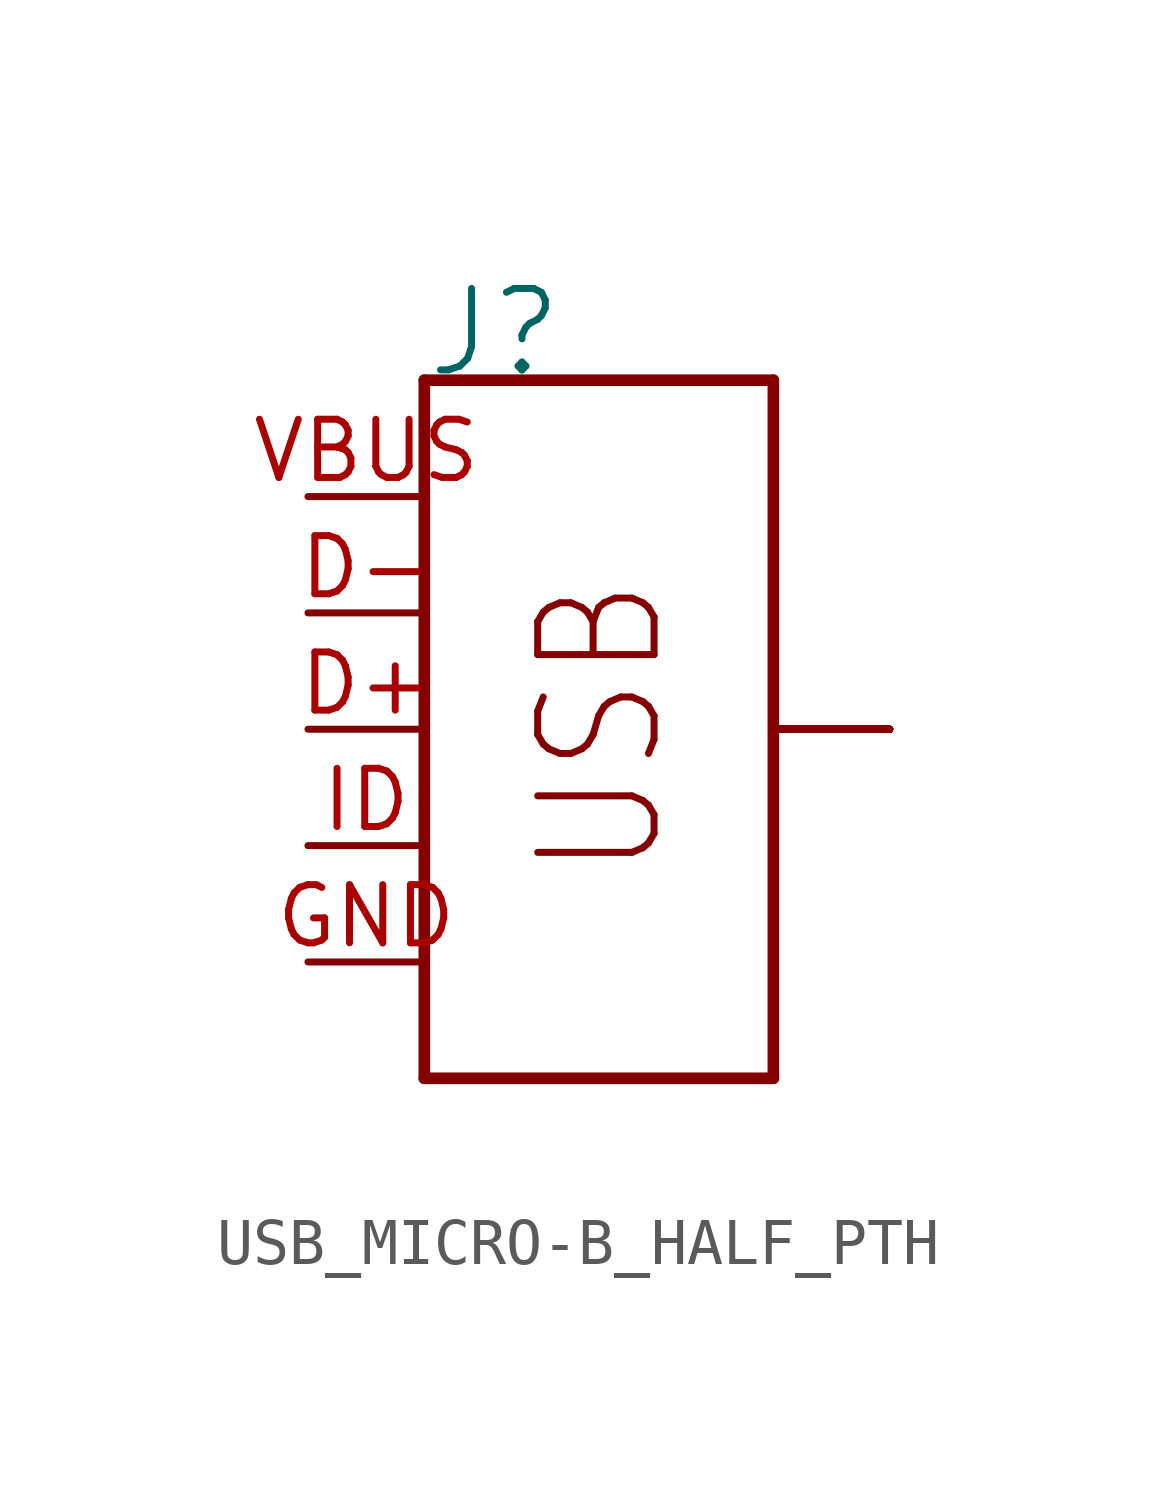
<source format=kicad_sym>
(kicad_symbol_lib
  (version 20231120)
  (generator "kicad_symbol_editor")
  (generator_version "8.0")
  (symbol "USB_MICRO-B_HALF_PTH"
    (property "Reference" "J"
      (at -2.54 7.62 0)
      (effects (font (size 1.778 1.778)) (justify left bottom)))
    (property "Value" ""
      (at -2.54 -7.874 0)
      (effects (font (size 1.778 1.778)) (justify left top)))
    (property "ki_locked" ""
      (at 0 0 0)
      (effects (font (size 1.27 1.27))))
    (symbol "USB_MICRO-B_HALF_PTH_1_0"
      (polyline (pts (xy -2.54 -7.62) (xy 5.08 -7.62)) (stroke (width 0.254) (type solid)) (fill (type none)))
      (polyline (pts (xy -2.54 7.62) (xy -2.54 -7.62)) (stroke (width 0.254) (type solid)) (fill (type none)))
      (polyline (pts (xy 5.08 7.62) (xy -2.54 7.62)) (stroke (width 0.254) (type solid)) (fill (type none)))
      (polyline (pts (xy 5.08 7.62) (xy 5.08 -7.62)) (stroke (width 0.254) (type solid)) (fill (type none)))
      (text "USB" (at 2.794 -3.302 900) (effects (font (size 2.54 2.159)) (justify left bottom)))
      (pin bidirectional line (at -5.08 0 0) (length 2.54) (name "D+" (effects (font (size 0 0)))) (number "D+" (effects (font (size 1.27 1.27)))))
      (pin bidirectional line (at -5.08 2.54 0) (length 2.54) (name "D-" (effects (font (size 0 0)))) (number "D-" (effects (font (size 1.27 1.27)))))
      (pin power_in line (at -5.08 -5.08 0) (length 2.54) (name "GND" (effects (font (size 0 0)))) (number "GND" (effects (font (size 1.27 1.27)))))
      (pin bidirectional line (at -5.08 -2.54 0) (length 2.54) (name "ID" (effects (font (size 0 0)))) (number "ID" (effects (font (size 1.27 1.27)))))
      (pin bidirectional line (at 7.62 0 180) (length 2.54) (name "SHIELD" (effects (font (size 0 0)))) (number "P$1" (effects (font (size 0 0)))))
      (pin bidirectional line (at 7.62 0 180) (length 2.54) (name "SHIELD" (effects (font (size 0 0)))) (number "P$10" (effects (font (size 0 0)))))
      (pin bidirectional line (at 7.62 0 180) (length 2.54) (name "SHIELD" (effects (font (size 0 0)))) (number "P$12" (effects (font (size 0 0)))))
      (pin bidirectional line (at 7.62 0 180) (length 2.54) (name "SHIELD" (effects (font (size 0 0)))) (number "P$2" (effects (font (size 0 0)))))
      (pin bidirectional line (at 7.62 0 180) (length 2.54) (name "SHIELD" (effects (font (size 0 0)))) (number "P$3" (effects (font (size 0 0)))))
      (pin bidirectional line (at 7.62 0 180) (length 2.54) (name "SHIELD" (effects (font (size 0 0)))) (number "P$4" (effects (font (size 0 0)))))
      (pin bidirectional line (at 7.62 0 180) (length 2.54) (name "SHIELD" (effects (font (size 0 0)))) (number "P$6" (effects (font (size 0 0)))))
      (pin bidirectional line (at 7.62 0 180) (length 2.54) (name "SHIELD" (effects (font (size 0 0)))) (number "P$8" (effects (font (size 0 0)))))
      (pin bidirectional line (at 7.62 0 180) (length 2.54) (name "SHIELD" (effects (font (size 0 0)))) (number "SHEILD2" (effects (font (size 0 0)))))
      (pin bidirectional line (at 7.62 0 180) (length 2.54) (name "SHIELD" (effects (font (size 0 0)))) (number "SHIELD" (effects (font (size 0 0)))))
      (pin bidirectional line (at 7.62 0 180) (length 2.54) (name "SHIELD" (effects (font (size 0 0)))) (number "SHIELD3" (effects (font (size 0 0)))))
      (pin bidirectional line (at 7.62 0 180) (length 2.54) (name "SHIELD" (effects (font (size 0 0)))) (number "SHIELD4" (effects (font (size 0 0)))))
      (pin power_in line (at -5.08 5.08 0) (length 2.54) (name "VBUS" (effects (font (size 0 0)))) (number "VBUS" (effects (font (size 1.27 1.27))))))))
</source>
